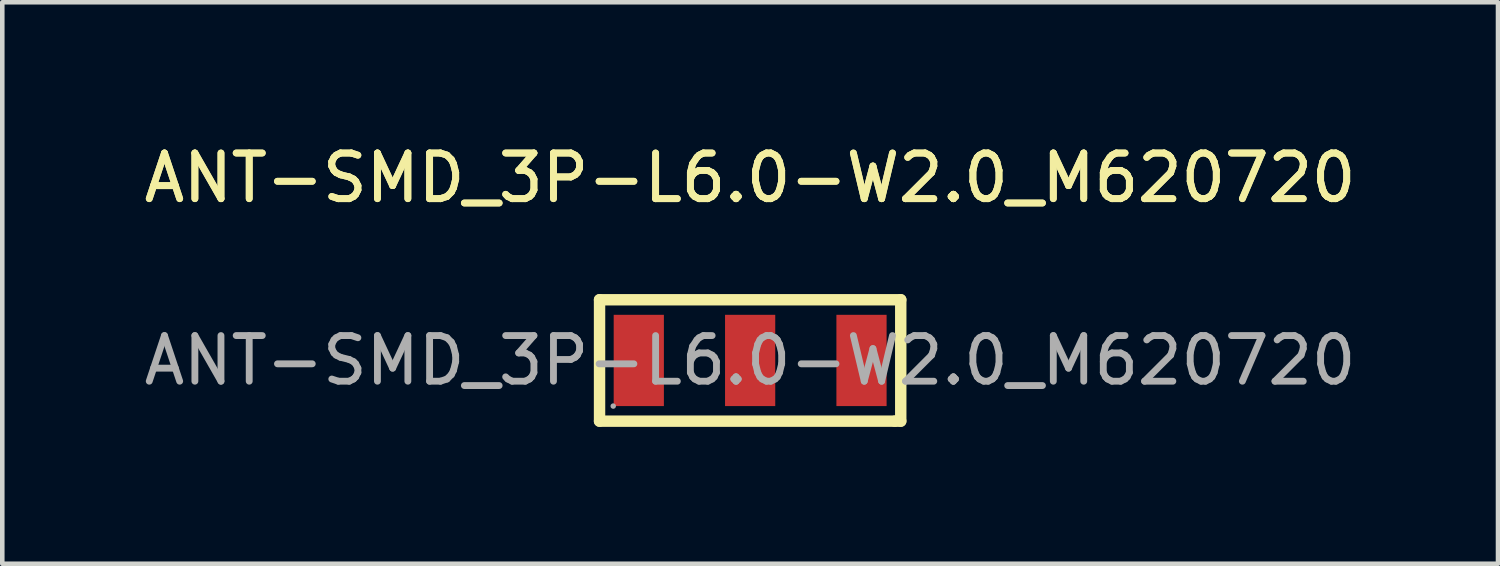
<source format=kicad_pcb>
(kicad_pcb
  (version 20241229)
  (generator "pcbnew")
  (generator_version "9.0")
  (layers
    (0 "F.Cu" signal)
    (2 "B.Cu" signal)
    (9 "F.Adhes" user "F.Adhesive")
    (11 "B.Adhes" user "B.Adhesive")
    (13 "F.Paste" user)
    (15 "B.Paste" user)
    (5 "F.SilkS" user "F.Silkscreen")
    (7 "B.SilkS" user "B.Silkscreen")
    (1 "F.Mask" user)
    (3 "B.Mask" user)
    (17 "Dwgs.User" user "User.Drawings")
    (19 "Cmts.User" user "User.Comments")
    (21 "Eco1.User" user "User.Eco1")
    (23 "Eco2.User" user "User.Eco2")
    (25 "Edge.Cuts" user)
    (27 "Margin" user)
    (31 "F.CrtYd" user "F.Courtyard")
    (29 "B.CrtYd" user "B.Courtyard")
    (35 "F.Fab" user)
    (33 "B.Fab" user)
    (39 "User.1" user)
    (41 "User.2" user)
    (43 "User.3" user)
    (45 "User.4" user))
  (footprint "ANT-SMD_3P-L6.0-W2.0_M620720"
    (layer "F.Cu")
    (at 13.387 4.848)
    (property "Reference" "ANT-SMD_3P-L6.0-W2.0_M620720" (at 0 -4 0) (layer "F.SilkS") (effects (font (size 1 1) (thickness 0.15))))
    (attr smd)
    (fp_line (start -3.3 -1.33) (end -3.3 1.33) (stroke (width 0.25) (type solid)) (layer "F.SilkS"))
    (fp_line (start -3.3 1.33) (end 3.17 1.33) (stroke (width 0.25) (type solid)) (layer "F.SilkS"))
    (fp_line (start 3.17 1.33) (end 3.3 1.33) (stroke (width 0.25) (type solid)) (layer "F.SilkS"))
    (fp_line (start 3.3 -1.33) (end -3.3 -1.33) (stroke (width 0.25) (type solid)) (layer "F.SilkS"))
    (fp_line (start 3.3 1.33) (end 3.3 -1.33) (stroke (width 0.25) (type solid)) (layer "F.SilkS"))
    (fp_circle (center -3 1) (end -2.97 1) (stroke (width 0.06) (type solid)) (fill no) (layer "F.Fab"))
    (fp_text user "${REFERENCE}" (at 0 -4 0) (layer "F.SilkS") (effects (font (size 1 1) (thickness 0.15))))
    (fp_text user "${REFERENCE}" (at 0 0 0) (layer "F.Fab") (effects (font (size 1 1) (thickness 0.15))))
    (pad "1" smd rect (at -2.44 0) (size 1.1 2) (layers "F.Cu" "F.Mask" "F.Paste"))
    (pad "2" smd rect (at 0 0) (size 1.1 2) (layers "F.Cu" "F.Mask" "F.Paste"))
    (pad "3" smd rect (at 2.44 0) (size 1.1 2) (layers "F.Cu" "F.Mask" "F.Paste")))
  (gr_rect
    (start -3 -3)
    (end 29.774 9.303)
    (stroke (width 0.1) (type default))
    (fill no)
    (layer "Edge.Cuts")))
</source>
